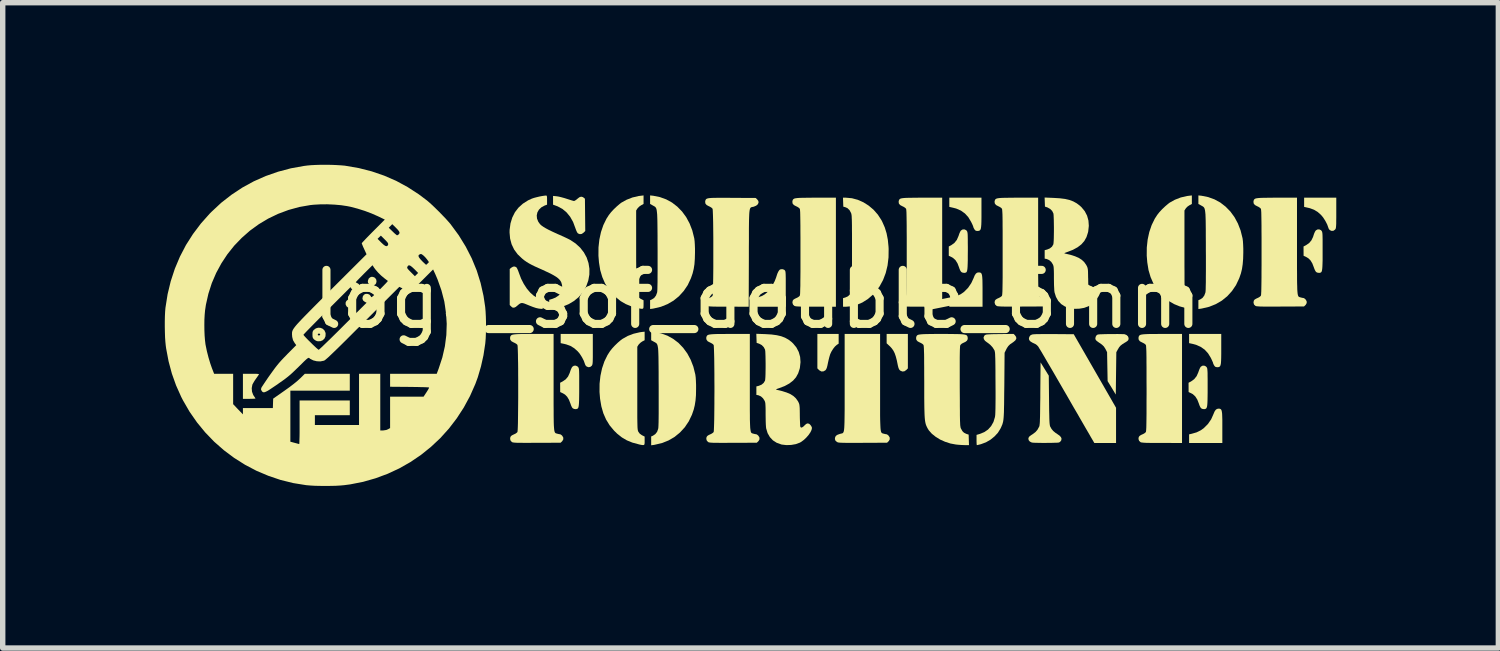
<source format=kicad_pcb>
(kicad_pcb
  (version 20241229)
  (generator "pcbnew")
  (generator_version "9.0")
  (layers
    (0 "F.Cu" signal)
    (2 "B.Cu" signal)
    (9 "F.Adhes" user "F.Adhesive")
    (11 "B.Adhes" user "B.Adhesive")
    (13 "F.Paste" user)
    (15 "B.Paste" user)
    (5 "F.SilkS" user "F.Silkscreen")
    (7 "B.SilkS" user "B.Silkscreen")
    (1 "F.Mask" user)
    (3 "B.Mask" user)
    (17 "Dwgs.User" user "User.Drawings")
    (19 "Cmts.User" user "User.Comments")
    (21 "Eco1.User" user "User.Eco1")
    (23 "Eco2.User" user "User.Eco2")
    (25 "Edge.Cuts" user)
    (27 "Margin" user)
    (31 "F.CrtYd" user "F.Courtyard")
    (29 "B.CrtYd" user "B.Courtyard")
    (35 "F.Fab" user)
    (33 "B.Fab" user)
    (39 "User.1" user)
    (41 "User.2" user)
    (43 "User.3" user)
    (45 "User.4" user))
  (footprint "logo_sof_double_6mm"
    (layer "F.Cu")
    (at 10.968 2.99)
    (property "Reference" "logo_sof_double_6mm" (at 0 -0.5 0) (unlocked yes) (layer "F.SilkS") (effects (font (size 1 1) (thickness 0.15))))
    (fp_poly (pts (xy -7.524 -0.499) (xy -7.492 -0.483) (xy -7.472 -0.455) (xy -7.463 -0.421) (xy -7.469 -0.386) (xy -7.484 -0.363) (xy -7.514 -0.346) (xy -7.55 -0.342) (xy -7.584 -0.353) (xy -7.604 -0.37) (xy -7.621 -0.405) (xy -7.621 -0.44) (xy -7.607 -0.47) (xy -7.581 -0.492) (xy -7.547 -0.501)) (stroke (width 0) (type solid)) (fill yes) (layer "F.SilkS"))
    (fp_poly (pts (xy -7.097 -0.909) (xy -7.077 -0.897) (xy -7.056 -0.869) (xy -7.049 -0.834) (xy -7.056 -0.799) (xy -7.07 -0.777) (xy -7.101 -0.759) (xy -7.137 -0.757) (xy -7.172 -0.77) (xy -7.188 -0.783) (xy -7.206 -0.805) (xy -7.21 -0.828) (xy -7.208 -0.846) (xy -7.194 -0.884) (xy -7.167 -0.908) (xy -7.134 -0.918)) (stroke (width 0) (type solid)) (fill yes) (layer "F.SilkS"))
    (fp_poly (pts (xy 2.785 0.778) (xy 2.756 0.808) (xy 2.72 0.832) (xy 2.683 0.836) (xy 2.647 0.821) (xy 2.639 0.815) (xy 2.623 0.796) (xy 2.611 0.768) (xy 2.6 0.726) (xy 2.598 0.716) (xy 2.58 0.628) (xy 2.561 0.556) (xy 2.541 0.498) (xy 2.517 0.45) (xy 2.489 0.41) (xy 2.456 0.373) (xy 2.445 0.363) (xy 2.392 0.314) (xy 2.392 0.141) (xy 2.785 0.141)) (stroke (width 0) (type solid)) (fill yes) (layer "F.SilkS"))
    (fp_poly (pts (xy 1.504 0.32) (xy 1.468 0.344) (xy 1.435 0.374) (xy 1.401 0.417) (xy 1.369 0.469) (xy 1.348 0.514) (xy 1.339 0.543) (xy 1.327 0.585) (xy 1.315 0.635) (xy 1.306 0.676) (xy 1.295 0.729) (xy 1.285 0.766) (xy 1.275 0.79) (xy 1.264 0.807) (xy 1.256 0.815) (xy 1.221 0.834) (xy 1.184 0.835) (xy 1.148 0.815) (xy 1.14 0.808) (xy 1.11 0.778) (xy 1.11 0.141) (xy 1.504 0.141)) (stroke (width 0) (type solid)) (fill yes) (layer "F.SilkS"))
    (fp_poly (pts (xy 4.115 -0.997) (xy 4.13 -0.993) (xy 4.142 -0.984) (xy 4.151 -0.968) (xy 4.158 -0.942) (xy 4.162 -0.906) (xy 4.165 -0.857) (xy 4.166 -0.792) (xy 4.167 -0.711) (xy 4.167 -0.651) (xy 4.167 -0.363) (xy 3.552 -0.363) (xy 3.552 -0.523) (xy 3.601 -0.533) (xy 3.69 -0.56) (xy 3.768 -0.598) (xy 3.826 -0.639) (xy 3.9 -0.714) (xy 3.959 -0.801) (xy 4.001 -0.892) (xy 4.022 -0.943) (xy 4.043 -0.975) (xy 4.066 -0.993) (xy 4.095 -0.998) (xy 4.096 -0.998)) (stroke (width 0) (type solid)) (fill yes) (layer "F.SilkS"))
    (fp_poly (pts (xy 8.553 1.524) (xy 8.569 1.529) (xy 8.581 1.538) (xy 8.59 1.554) (xy 8.596 1.579) (xy 8.601 1.616) (xy 8.603 1.665) (xy 8.605 1.73) (xy 8.605 1.811) (xy 8.605 1.871) (xy 8.605 2.159) (xy 7.99 2.159) (xy 7.99 1.999) (xy 8.039 1.988) (xy 8.129 1.962) (xy 8.206 1.924) (xy 8.264 1.882) (xy 8.338 1.808) (xy 8.398 1.721) (xy 8.439 1.629) (xy 8.46 1.579) (xy 8.481 1.547) (xy 8.505 1.529) (xy 8.533 1.523) (xy 8.535 1.523)) (stroke (width 0) (type solid)) (fill yes) (layer "F.SilkS"))
    (fp_poly (pts (xy -3.046 0.422) (xy -3.046 0.505) (xy -3.046 0.57) (xy -3.047 0.62) (xy -3.048 0.657) (xy -3.05 0.683) (xy -3.053 0.702) (xy -3.057 0.714) (xy -3.062 0.724) (xy -3.066 0.73) (xy -3.095 0.752) (xy -3.129 0.756) (xy -3.163 0.742) (xy -3.182 0.721) (xy -3.191 0.699) (xy -3.213 0.637) (xy -3.247 0.571) (xy -3.288 0.507) (xy -3.328 0.46) (xy -3.39 0.405) (xy -3.457 0.364) (xy -3.535 0.335) (xy -3.57 0.326) (xy -3.641 0.311) (xy -3.641 0.141) (xy -3.046 0.141)) (stroke (width 0) (type solid)) (fill yes) (layer "F.SilkS"))
    (fp_poly (pts (xy 10.714 -2.1) (xy 10.714 -2.017) (xy 10.713 -1.952) (xy 10.713 -1.902) (xy 10.711 -1.865) (xy 10.709 -1.839) (xy 10.706 -1.82) (xy 10.703 -1.808) (xy 10.697 -1.798) (xy 10.693 -1.792) (xy 10.664 -1.77) (xy 10.63 -1.766) (xy 10.596 -1.78) (xy 10.577 -1.801) (xy 10.568 -1.823) (xy 10.546 -1.885) (xy 10.512 -1.951) (xy 10.471 -2.015) (xy 10.432 -2.062) (xy 10.37 -2.117) (xy 10.302 -2.158) (xy 10.224 -2.187) (xy 10.189 -2.195) (xy 10.119 -2.211) (xy 10.119 -2.381) (xy 10.714 -2.381)) (stroke (width 0) (type solid)) (fill yes) (layer "F.SilkS"))
    (fp_poly (pts (xy -9.31 0.878) (xy -9.267 0.879) (xy -9.241 0.881) (xy -9.227 0.885) (xy -9.225 0.89) (xy -9.225 0.89) (xy -9.235 0.904) (xy -9.252 0.929) (xy -9.275 0.962) (xy -9.283 0.973) (xy -9.309 1.011) (xy -9.33 1.047) (xy -9.345 1.074) (xy -9.347 1.079) (xy -9.359 1.144) (xy -9.354 1.209) (xy -9.331 1.271) (xy -9.313 1.298) (xy -9.298 1.32) (xy -9.29 1.334) (xy -9.29 1.336) (xy -9.299 1.338) (xy -9.325 1.34) (xy -9.362 1.341) (xy -9.406 1.342) (xy -9.522 1.342) (xy -9.522 0.878) (xy -9.37 0.878)) (stroke (width 0) (type solid)) (fill yes) (layer "F.SilkS"))
    (fp_poly (pts (xy 4.147 -2.103) (xy 4.147 -2.011) (xy 4.146 -1.938) (xy 4.144 -1.881) (xy 4.14 -1.838) (xy 4.135 -1.808) (xy 4.127 -1.787) (xy 4.115 -1.775) (xy 4.101 -1.768) (xy 4.082 -1.766) (xy 4.068 -1.765) (xy 4.043 -1.769) (xy 4.024 -1.785) (xy 4.016 -1.798) (xy 4.002 -1.822) (xy 3.996 -1.84) (xy 3.996 -1.842) (xy 3.991 -1.856) (xy 3.98 -1.883) (xy 3.963 -1.918) (xy 3.954 -1.936) (xy 3.903 -2.021) (xy 3.841 -2.089) (xy 3.767 -2.142) (xy 3.68 -2.18) (xy 3.622 -2.195) (xy 3.552 -2.211) (xy 3.552 -2.381) (xy 4.147 -2.381)) (stroke (width 0) (type solid)) (fill yes) (layer "F.SilkS"))
    (fp_poly (pts (xy 8.585 0.419) (xy 8.585 0.511) (xy 8.584 0.584) (xy 8.582 0.641) (xy 8.579 0.683) (xy 8.573 0.714) (xy 8.565 0.735) (xy 8.554 0.747) (xy 8.539 0.754) (xy 8.521 0.756) (xy 8.507 0.756) (xy 8.481 0.752) (xy 8.463 0.737) (xy 8.454 0.724) (xy 8.441 0.7) (xy 8.434 0.682) (xy 8.434 0.68) (xy 8.43 0.666) (xy 8.418 0.639) (xy 8.402 0.604) (xy 8.393 0.585) (xy 8.341 0.5) (xy 8.279 0.432) (xy 8.205 0.38) (xy 8.119 0.342) (xy 8.061 0.326) (xy 7.99 0.311) (xy 7.99 0.141) (xy 8.585 0.141)) (stroke (width 0) (type solid)) (fill yes) (layer "F.SilkS"))
    (fp_poly (pts (xy 0.493 -1.049) (xy 0.505 -1.039) (xy 0.511 -1.033) (xy 0.515 -1.024) (xy 0.519 -1.012) (xy 0.521 -0.994) (xy 0.523 -0.967) (xy 0.524 -0.93) (xy 0.525 -0.88) (xy 0.525 -0.815) (xy 0.525 -0.734) (xy 0.525 -0.691) (xy 0.525 -0.363) (xy -0.04 -0.363) (xy -0.037 -0.445) (xy -0.034 -0.527) (xy 0.019 -0.541) (xy 0.08 -0.561) (xy 0.13 -0.588) (xy 0.178 -0.626) (xy 0.204 -0.654) (xy 0.244 -0.704) (xy 0.283 -0.767) (xy 0.319 -0.834) (xy 0.345 -0.9) (xy 0.354 -0.928) (xy 0.369 -0.974) (xy 0.387 -1.013) (xy 0.406 -1.041) (xy 0.42 -1.053) (xy 0.458 -1.059)) (stroke (width 0) (type solid)) (fill yes) (layer "F.SilkS"))
    (fp_poly (pts (xy -8.086 0.028) (xy -8.046 0.044) (xy -8.014 0.074) (xy -7.995 0.115) (xy -7.991 0.134) (xy -7.994 0.185) (xy -8.013 0.227) (xy -8.046 0.258) (xy -8.088 0.275) (xy -8.136 0.276) (xy -8.155 0.272) (xy -8.184 0.258) (xy -8.211 0.237) (xy -8.211 0.236) (xy -8.226 0.217) (xy -8.233 0.194) (xy -8.235 0.159) (xy -8.235 0.155) (xy -8.137 0.155) (xy -8.135 0.161) (xy -8.12 0.169) (xy -8.102 0.166) (xy -8.092 0.154) (xy -8.095 0.141) (xy -8.11 0.134) (xy -8.127 0.136) (xy -8.131 0.139) (xy -8.137 0.155) (xy -8.235 0.155) (xy -8.235 0.151) (xy -8.234 0.114) (xy -8.227 0.089) (xy -8.214 0.07) (xy -8.211 0.067) (xy -8.172 0.038) (xy -8.129 0.025)) (stroke (width 0) (type solid)) (fill yes) (layer "F.SilkS"))
    (fp_poly (pts (xy -3.714 -2.407) (xy -3.676 -2.401) (xy -3.627 -2.389) (xy -3.572 -2.374) (xy -3.528 -2.36) (xy -3.481 -2.345) (xy -3.44 -2.332) (xy -3.409 -2.323) (xy -3.393 -2.32) (xy -3.393 -2.32) (xy -3.376 -2.327) (xy -3.352 -2.343) (xy -3.332 -2.36) (xy -3.295 -2.389) (xy -3.263 -2.4) (xy -3.233 -2.393) (xy -3.216 -2.382) (xy -3.192 -2.362) (xy -3.186 -1.765) (xy -3.216 -1.735) (xy -3.25 -1.711) (xy -3.286 -1.706) (xy -3.319 -1.719) (xy -3.326 -1.725) (xy -3.339 -1.744) (xy -3.354 -1.777) (xy -3.368 -1.815) (xy -3.369 -1.818) (xy -3.411 -1.931) (xy -3.465 -2.027) (xy -3.531 -2.108) (xy -3.609 -2.173) (xy -3.698 -2.221) (xy -3.722 -2.23) (xy -3.782 -2.252) (xy -3.782 -2.414)) (stroke (width 0) (type solid)) (fill yes) (layer "F.SilkS"))
    (fp_poly (pts (xy -4.459 -1.091) (xy -4.448 -1.073) (xy -4.433 -1.041) (xy -4.418 -1.002) (xy -4.414 -0.99) (xy -4.373 -0.882) (xy -4.323 -0.784) (xy -4.266 -0.697) (xy -4.203 -0.623) (xy -4.136 -0.564) (xy -4.066 -0.522) (xy -4.029 -0.508) (xy -3.974 -0.491) (xy -3.974 -0.323) (xy -4.001 -0.324) (xy -4.033 -0.327) (xy -4.054 -0.33) (xy -4.098 -0.34) (xy -4.155 -0.359) (xy -4.219 -0.384) (xy -4.258 -0.4) (xy -4.307 -0.42) (xy -4.343 -0.431) (xy -4.372 -0.431) (xy -4.397 -0.42) (xy -4.425 -0.399) (xy -4.437 -0.388) (xy -4.474 -0.358) (xy -4.505 -0.345) (xy -4.533 -0.348) (xy -4.559 -0.369) (xy -4.559 -0.369) (xy -4.584 -0.395) (xy -4.584 -1.061) (xy -4.556 -1.085) (xy -4.521 -1.105) (xy -4.488 -1.107)) (stroke (width 0) (type solid)) (fill yes) (layer "F.SilkS"))
    (fp_poly (pts (xy -3.331 0.741) (xy -3.319 0.753) (xy -3.313 0.761) (xy -3.308 0.77) (xy -3.305 0.783) (xy -3.302 0.801) (xy -3.3 0.827) (xy -3.299 0.863) (xy -3.298 0.911) (xy -3.298 0.974) (xy -3.298 1.052) (xy -3.298 1.12) (xy -3.298 1.22) (xy -3.299 1.302) (xy -3.3 1.367) (xy -3.302 1.418) (xy -3.305 1.456) (xy -3.309 1.484) (xy -3.314 1.503) (xy -3.321 1.516) (xy -3.33 1.524) (xy -3.331 1.525) (xy -3.358 1.533) (xy -3.391 1.529) (xy -3.416 1.518) (xy -3.432 1.499) (xy -3.448 1.464) (xy -3.46 1.43) (xy -3.488 1.358) (xy -3.521 1.303) (xy -3.561 1.263) (xy -3.597 1.241) (xy -3.65 1.216) (xy -3.651 1.044) (xy -3.605 1.02) (xy -3.548 0.981) (xy -3.505 0.93) (xy -3.475 0.865) (xy -3.468 0.845) (xy -3.455 0.806) (xy -3.44 0.772) (xy -3.427 0.75) (xy -3.426 0.749) (xy -3.396 0.729) (xy -3.362 0.727)) (stroke (width 0) (type solid)) (fill yes) (layer "F.SilkS"))
    (fp_poly (pts (xy 3.862 -1.781) (xy 3.874 -1.769) (xy 3.879 -1.761) (xy 3.884 -1.752) (xy 3.887 -1.739) (xy 3.89 -1.721) (xy 3.892 -1.695) (xy 3.893 -1.659) (xy 3.894 -1.611) (xy 3.894 -1.548) (xy 3.895 -1.469) (xy 3.895 -1.401) (xy 3.894 -1.302) (xy 3.894 -1.22) (xy 3.892 -1.155) (xy 3.89 -1.104) (xy 3.887 -1.066) (xy 3.883 -1.038) (xy 3.878 -1.018) (xy 3.871 -1.006) (xy 3.863 -0.997) (xy 3.861 -0.996) (xy 3.834 -0.989) (xy 3.801 -0.993) (xy 3.776 -1.004) (xy 3.759 -1.025) (xy 3.742 -1.062) (xy 3.733 -1.089) (xy 3.704 -1.165) (xy 3.667 -1.224) (xy 3.621 -1.266) (xy 3.595 -1.281) (xy 3.542 -1.306) (xy 3.542 -1.478) (xy 3.588 -1.502) (xy 3.646 -1.544) (xy 3.691 -1.6) (xy 3.722 -1.671) (xy 3.725 -1.679) (xy 3.738 -1.718) (xy 3.753 -1.751) (xy 3.766 -1.773) (xy 3.767 -1.773) (xy 3.796 -1.792) (xy 3.83 -1.795)) (stroke (width 0) (type solid)) (fill yes) (layer "F.SilkS"))
    (fp_poly (pts (xy 8.3 0.741) (xy 8.312 0.753) (xy 8.318 0.761) (xy 8.322 0.77) (xy 8.326 0.783) (xy 8.328 0.801) (xy 8.33 0.827) (xy 8.332 0.863) (xy 8.332 0.911) (xy 8.333 0.974) (xy 8.333 1.052) (xy 8.333 1.12) (xy 8.333 1.22) (xy 8.332 1.302) (xy 8.331 1.367) (xy 8.329 1.418) (xy 8.326 1.456) (xy 8.322 1.484) (xy 8.316 1.503) (xy 8.309 1.516) (xy 8.301 1.524) (xy 8.3 1.525) (xy 8.272 1.533) (xy 8.239 1.529) (xy 8.215 1.518) (xy 8.198 1.497) (xy 8.181 1.46) (xy 8.172 1.433) (xy 8.142 1.356) (xy 8.105 1.298) (xy 8.059 1.255) (xy 8.033 1.241) (xy 7.981 1.216) (xy 7.98 1.044) (xy 8.026 1.02) (xy 8.084 0.978) (xy 8.129 0.922) (xy 8.161 0.85) (xy 8.163 0.843) (xy 8.177 0.804) (xy 8.192 0.77) (xy 8.205 0.749) (xy 8.205 0.749) (xy 8.235 0.729) (xy 8.269 0.727)) (stroke (width 0) (type solid)) (fill yes) (layer "F.SilkS"))
    (fp_poly (pts (xy 10.429 -1.781) (xy 10.441 -1.769) (xy 10.446 -1.761) (xy 10.451 -1.752) (xy 10.454 -1.739) (xy 10.457 -1.721) (xy 10.459 -1.695) (xy 10.46 -1.659) (xy 10.461 -1.611) (xy 10.461 -1.548) (xy 10.461 -1.469) (xy 10.461 -1.401) (xy 10.461 -1.302) (xy 10.461 -1.22) (xy 10.459 -1.155) (xy 10.457 -1.104) (xy 10.454 -1.066) (xy 10.45 -1.038) (xy 10.445 -1.018) (xy 10.438 -1.006) (xy 10.43 -0.997) (xy 10.428 -0.996) (xy 10.401 -0.989) (xy 10.368 -0.993) (xy 10.343 -1.004) (xy 10.328 -1.023) (xy 10.311 -1.058) (xy 10.299 -1.091) (xy 10.271 -1.164) (xy 10.238 -1.219) (xy 10.198 -1.259) (xy 10.162 -1.281) (xy 10.109 -1.306) (xy 10.108 -1.478) (xy 10.154 -1.502) (xy 10.211 -1.541) (xy 10.254 -1.592) (xy 10.285 -1.657) (xy 10.291 -1.677) (xy 10.304 -1.716) (xy 10.319 -1.75) (xy 10.333 -1.772) (xy 10.333 -1.773) (xy 10.363 -1.792) (xy 10.397 -1.795)) (stroke (width 0) (type solid)) (fill yes) (layer "F.SilkS"))
    (fp_poly (pts (xy 5.487 0.143) (xy 5.488 0.143) (xy 5.855 0.146) (xy 6.247 0.827) (xy 6.638 1.507) (xy 6.638 2.159) (xy 6.236 2.159) (xy 6.181 2.065) (xy 6.168 2.043) (xy 6.146 2.004) (xy 6.115 1.951) (xy 6.076 1.884) (xy 6.031 1.806) (xy 5.98 1.718) (xy 5.924 1.62) (xy 5.863 1.516) (xy 5.799 1.405) (xy 5.733 1.29) (xy 5.675 1.19) (xy 5.608 1.074) (xy 5.543 0.962) (xy 5.482 0.856) (xy 5.424 0.757) (xy 5.371 0.667) (xy 5.324 0.586) (xy 5.283 0.516) (xy 5.249 0.458) (xy 5.222 0.415) (xy 5.205 0.386) (xy 5.197 0.373) (xy 5.174 0.349) (xy 5.151 0.331) (xy 5.145 0.328) (xy 5.09 0.302) (xy 5.053 0.279) (xy 5.032 0.255) (xy 5.025 0.23) (xy 5.031 0.2) (xy 5.034 0.193) (xy 5.053 0.166) (xy 5.084 0.151) (xy 5.105 0.148) (xy 5.146 0.145) (xy 5.206 0.144) (xy 5.283 0.143) (xy 5.377 0.143)) (stroke (width 0) (type solid)) (fill yes) (layer "F.SilkS"))
    (fp_poly (pts (xy 6.717 0.143) (xy 6.761 0.144) (xy 6.789 0.145) (xy 6.797 0.146) (xy 6.833 0.161) (xy 6.859 0.186) (xy 6.87 0.217) (xy 6.87 0.221) (xy 6.868 0.243) (xy 6.861 0.259) (xy 6.843 0.275) (xy 6.813 0.295) (xy 6.8 0.302) (xy 6.753 0.332) (xy 6.719 0.359) (xy 6.694 0.389) (xy 6.671 0.428) (xy 6.67 0.429) (xy 6.643 0.479) (xy 6.638 0.871) (xy 6.633 1.263) (xy 6.558 1.138) (xy 6.482 1.014) (xy 6.477 0.746) (xy 6.472 0.478) (xy 6.442 0.419) (xy 6.413 0.373) (xy 6.379 0.34) (xy 6.361 0.327) (xy 6.316 0.296) (xy 6.286 0.274) (xy 6.267 0.257) (xy 6.258 0.241) (xy 6.255 0.226) (xy 6.255 0.222) (xy 6.261 0.193) (xy 6.274 0.17) (xy 6.281 0.163) (xy 6.289 0.157) (xy 6.3 0.152) (xy 6.318 0.149) (xy 6.345 0.147) (xy 6.383 0.146) (xy 6.436 0.144) (xy 6.505 0.143) (xy 6.529 0.143) (xy 6.598 0.143) (xy 6.662 0.142)) (stroke (width 0) (type solid)) (fill yes) (layer "F.SilkS"))
    (fp_poly (pts (xy -2.107 -2.265) (xy -2.153 -2.24) (xy -2.185 -2.218) (xy -2.213 -2.19) (xy -2.221 -2.18) (xy -2.244 -2.144) (xy -2.244 -1.377) (xy -2.244 -1.234) (xy -2.243 -1.111) (xy -2.243 -1.004) (xy -2.243 -0.914) (xy -2.243 -0.838) (xy -2.242 -0.775) (xy -2.241 -0.724) (xy -2.24 -0.683) (xy -2.239 -0.651) (xy -2.237 -0.627) (xy -2.235 -0.609) (xy -2.232 -0.595) (xy -2.23 -0.585) (xy -2.226 -0.576) (xy -2.223 -0.57) (xy -2.196 -0.534) (xy -2.156 -0.506) (xy -2.155 -0.506) (xy -2.107 -0.482) (xy -2.107 -0.402) (xy -2.108 -0.364) (xy -2.11 -0.34) (xy -2.119 -0.327) (xy -2.138 -0.324) (xy -2.169 -0.328) (xy -2.217 -0.338) (xy -2.217 -0.338) (xy -2.334 -0.37) (xy -2.436 -0.412) (xy -2.529 -0.466) (xy -2.616 -0.536) (xy -2.673 -0.592) (xy -2.754 -0.689) (xy -2.82 -0.795) (xy -2.871 -0.912) (xy -2.909 -1.041) (xy -2.932 -1.183) (xy -2.942 -1.307) (xy -2.941 -1.459) (xy -2.925 -1.606) (xy -2.895 -1.745) (xy -2.851 -1.874) (xy -2.794 -1.991) (xy -2.749 -2.061) (xy -2.709 -2.112) (xy -2.658 -2.167) (xy -2.602 -2.22) (xy -2.548 -2.266) (xy -2.518 -2.289) (xy -2.421 -2.343) (xy -2.313 -2.385) (xy -2.198 -2.412) (xy -2.165 -2.416) (xy -2.107 -2.423)) (stroke (width 0) (type solid)) (fill yes) (layer "F.SilkS"))
    (fp_poly (pts (xy -2.087 0.257) (xy -2.133 0.281) (xy -2.165 0.304) (xy -2.193 0.332) (xy -2.201 0.342) (xy -2.223 0.378) (xy -2.223 1.145) (xy -2.223 1.287) (xy -2.223 1.411) (xy -2.223 1.518) (xy -2.223 1.608) (xy -2.223 1.684) (xy -2.222 1.747) (xy -2.221 1.798) (xy -2.22 1.839) (xy -2.219 1.871) (xy -2.217 1.895) (xy -2.215 1.913) (xy -2.212 1.927) (xy -2.209 1.937) (xy -2.206 1.945) (xy -2.203 1.952) (xy -2.176 1.988) (xy -2.136 2.016) (xy -2.135 2.016) (xy -2.087 2.04) (xy -2.087 2.119) (xy -2.087 2.158) (xy -2.09 2.182) (xy -2.099 2.195) (xy -2.117 2.198) (xy -2.149 2.194) (xy -2.197 2.184) (xy -2.197 2.183) (xy -2.313 2.152) (xy -2.416 2.11) (xy -2.508 2.056) (xy -2.596 1.986) (xy -2.653 1.93) (xy -2.734 1.833) (xy -2.8 1.726) (xy -2.851 1.61) (xy -2.888 1.481) (xy -2.912 1.339) (xy -2.922 1.215) (xy -2.921 1.062) (xy -2.905 0.916) (xy -2.875 0.777) (xy -2.831 0.647) (xy -2.774 0.531) (xy -2.729 0.461) (xy -2.689 0.41) (xy -2.638 0.355) (xy -2.582 0.301) (xy -2.528 0.255) (xy -2.498 0.233) (xy -2.401 0.178) (xy -2.293 0.137) (xy -2.178 0.11) (xy -2.145 0.105) (xy -2.087 0.099)) (stroke (width 0) (type solid)) (fill yes) (layer "F.SilkS"))
    (fp_poly (pts (xy 5.317 0.79) (xy 5.393 0.913) (xy 5.398 1.367) (xy 5.399 1.477) (xy 5.4 1.568) (xy 5.402 1.643) (xy 5.403 1.703) (xy 5.405 1.75) (xy 5.407 1.786) (xy 5.41 1.813) (xy 5.413 1.833) (xy 5.416 1.847) (xy 5.42 1.856) (xy 5.444 1.899) (xy 5.475 1.936) (xy 5.517 1.971) (xy 5.55 1.993) (xy 5.594 2.024) (xy 5.619 2.052) (xy 5.629 2.079) (xy 5.624 2.108) (xy 5.621 2.114) (xy 5.603 2.137) (xy 5.584 2.149) (xy 5.567 2.152) (xy 5.533 2.154) (xy 5.486 2.155) (xy 5.43 2.157) (xy 5.368 2.157) (xy 5.304 2.158) (xy 5.242 2.157) (xy 5.184 2.156) (xy 5.136 2.155) (xy 5.099 2.153) (xy 5.078 2.15) (xy 5.078 2.15) (xy 5.043 2.133) (xy 5.021 2.107) (xy 5.015 2.077) (xy 5.025 2.048) (xy 5.027 2.046) (xy 5.042 2.032) (xy 5.068 2.013) (xy 5.096 1.995) (xy 5.146 1.957) (xy 5.183 1.915) (xy 5.213 1.86) (xy 5.214 1.859) (xy 5.218 1.849) (xy 5.221 1.837) (xy 5.223 1.819) (xy 5.226 1.796) (xy 5.228 1.765) (xy 5.229 1.724) (xy 5.231 1.673) (xy 5.232 1.608) (xy 5.233 1.53) (xy 5.234 1.436) (xy 5.236 1.324) (xy 5.236 1.244) (xy 5.241 0.667)) (stroke (width 0) (type solid)) (fill yes) (layer "F.SilkS"))
    (fp_poly (pts (xy 8.041 -2.265) (xy 7.995 -2.24) (xy 7.962 -2.218) (xy 7.934 -2.19) (xy 7.927 -2.18) (xy 7.904 -2.144) (xy 7.904 -1.377) (xy 7.904 -1.234) (xy 7.904 -1.111) (xy 7.905 -1.004) (xy 7.905 -0.914) (xy 7.905 -0.838) (xy 7.906 -0.775) (xy 7.907 -0.724) (xy 7.908 -0.683) (xy 7.909 -0.651) (xy 7.911 -0.627) (xy 7.913 -0.609) (xy 7.915 -0.595) (xy 7.918 -0.585) (xy 7.922 -0.576) (xy 7.925 -0.57) (xy 7.952 -0.534) (xy 7.992 -0.506) (xy 7.993 -0.506) (xy 8.041 -0.482) (xy 8.041 -0.402) (xy 8.04 -0.364) (xy 8.038 -0.34) (xy 8.029 -0.327) (xy 8.01 -0.324) (xy 7.979 -0.328) (xy 7.931 -0.338) (xy 7.931 -0.338) (xy 7.814 -0.37) (xy 7.712 -0.412) (xy 7.619 -0.466) (xy 7.532 -0.536) (xy 7.474 -0.592) (xy 7.394 -0.689) (xy 7.328 -0.795) (xy 7.277 -0.912) (xy 7.239 -1.041) (xy 7.216 -1.183) (xy 7.206 -1.307) (xy 7.207 -1.459) (xy 7.223 -1.606) (xy 7.253 -1.745) (xy 7.297 -1.874) (xy 7.354 -1.991) (xy 7.399 -2.061) (xy 7.439 -2.112) (xy 7.49 -2.167) (xy 7.546 -2.22) (xy 7.6 -2.266) (xy 7.63 -2.289) (xy 7.727 -2.343) (xy 7.835 -2.385) (xy 7.95 -2.412) (xy 7.983 -2.416) (xy 8.041 -2.423)) (stroke (width 0) (type solid)) (fill yes) (layer "F.SilkS"))
    (fp_poly (pts (xy 1.75 -2.371) (xy 1.858 -2.342) (xy 1.962 -2.296) (xy 2.06 -2.234) (xy 2.15 -2.158) (xy 2.229 -2.068) (xy 2.295 -1.967) (xy 2.311 -1.936) (xy 2.357 -1.832) (xy 2.391 -1.722) (xy 2.414 -1.604) (xy 2.427 -1.472) (xy 2.429 -1.432) (xy 2.427 -1.276) (xy 2.409 -1.127) (xy 2.375 -0.987) (xy 2.326 -0.858) (xy 2.261 -0.739) (xy 2.182 -0.633) (xy 2.139 -0.587) (xy 2.044 -0.505) (xy 1.942 -0.441) (xy 1.836 -0.396) (xy 1.726 -0.37) (xy 1.638 -0.363) (xy 1.585 -0.363) (xy 1.585 -0.522) (xy 1.63 -0.535) (xy 1.674 -0.555) (xy 1.712 -0.589) (xy 1.738 -0.629) (xy 1.743 -0.643) (xy 1.745 -0.658) (xy 1.746 -0.691) (xy 1.747 -0.741) (xy 1.748 -0.805) (xy 1.749 -0.883) (xy 1.75 -0.973) (xy 1.75 -1.072) (xy 1.751 -1.18) (xy 1.751 -1.294) (xy 1.751 -1.362) (xy 1.751 -1.498) (xy 1.751 -1.615) (xy 1.751 -1.715) (xy 1.75 -1.799) (xy 1.75 -1.869) (xy 1.749 -1.926) (xy 1.748 -1.972) (xy 1.746 -2.009) (xy 1.745 -2.037) (xy 1.743 -2.058) (xy 1.74 -2.075) (xy 1.737 -2.087) (xy 1.734 -2.098) (xy 1.733 -2.099) (xy 1.705 -2.151) (xy 1.666 -2.188) (xy 1.625 -2.206) (xy 1.59 -2.215) (xy 1.584 -2.381) (xy 1.64 -2.381)) (stroke (width 0) (type solid)) (fill yes) (layer "F.SilkS"))
    (fp_poly (pts (xy 1.453 -0.363) (xy 1.083 -0.364) (xy 0.983 -0.364) (xy 0.902 -0.364) (xy 0.837 -0.365) (xy 0.787 -0.366) (xy 0.748 -0.368) (xy 0.721 -0.37) (xy 0.701 -0.373) (xy 0.689 -0.377) (xy 0.684 -0.379) (xy 0.659 -0.403) (xy 0.648 -0.438) (xy 0.653 -0.473) (xy 0.666 -0.493) (xy 0.694 -0.511) (xy 0.716 -0.521) (xy 0.751 -0.538) (xy 0.776 -0.557) (xy 0.784 -0.566) (xy 0.786 -0.575) (xy 0.789 -0.59) (xy 0.791 -0.615) (xy 0.792 -0.649) (xy 0.793 -0.694) (xy 0.795 -0.751) (xy 0.795 -0.822) (xy 0.796 -0.907) (xy 0.797 -1.009) (xy 0.797 -1.127) (xy 0.797 -1.263) (xy 0.797 -1.372) (xy 0.797 -1.522) (xy 0.797 -1.653) (xy 0.796 -1.766) (xy 0.796 -1.862) (xy 0.795 -1.943) (xy 0.794 -2.01) (xy 0.793 -2.064) (xy 0.792 -2.106) (xy 0.79 -2.137) (xy 0.788 -2.159) (xy 0.786 -2.172) (xy 0.784 -2.177) (xy 0.766 -2.195) (xy 0.736 -2.214) (xy 0.716 -2.223) (xy 0.675 -2.245) (xy 0.652 -2.272) (xy 0.647 -2.305) (xy 0.65 -2.324) (xy 0.654 -2.338) (xy 0.661 -2.349) (xy 0.671 -2.358) (xy 0.687 -2.366) (xy 0.711 -2.371) (xy 0.745 -2.375) (xy 0.789 -2.378) (xy 0.848 -2.379) (xy 0.921 -2.38) (xy 1.011 -2.381) (xy 1.085 -2.381) (xy 1.453 -2.381)) (stroke (width 0) (type solid)) (fill yes) (layer "F.SilkS"))
    (fp_poly (pts (xy 3.42 -0.363) (xy 3.05 -0.364) (xy 2.95 -0.364) (xy 2.869 -0.364) (xy 2.804 -0.365) (xy 2.754 -0.366) (xy 2.715 -0.368) (xy 2.688 -0.37) (xy 2.668 -0.373) (xy 2.656 -0.377) (xy 2.651 -0.379) (xy 2.626 -0.403) (xy 2.615 -0.438) (xy 2.62 -0.473) (xy 2.633 -0.493) (xy 2.661 -0.511) (xy 2.683 -0.521) (xy 2.718 -0.538) (xy 2.743 -0.557) (xy 2.751 -0.566) (xy 2.753 -0.575) (xy 2.756 -0.59) (xy 2.758 -0.615) (xy 2.759 -0.649) (xy 2.761 -0.694) (xy 2.762 -0.751) (xy 2.762 -0.822) (xy 2.763 -0.907) (xy 2.764 -1.009) (xy 2.764 -1.127) (xy 2.764 -1.263) (xy 2.764 -1.372) (xy 2.764 -1.522) (xy 2.764 -1.653) (xy 2.763 -1.766) (xy 2.763 -1.862) (xy 2.762 -1.943) (xy 2.761 -2.01) (xy 2.76 -2.064) (xy 2.759 -2.106) (xy 2.757 -2.137) (xy 2.755 -2.159) (xy 2.753 -2.172) (xy 2.751 -2.177) (xy 2.733 -2.195) (xy 2.703 -2.214) (xy 2.683 -2.223) (xy 2.642 -2.245) (xy 2.619 -2.272) (xy 2.614 -2.305) (xy 2.617 -2.324) (xy 2.622 -2.338) (xy 2.628 -2.349) (xy 2.638 -2.358) (xy 2.654 -2.366) (xy 2.678 -2.371) (xy 2.712 -2.375) (xy 2.756 -2.378) (xy 2.815 -2.379) (xy 2.888 -2.38) (xy 2.978 -2.381) (xy 3.052 -2.381) (xy 3.42 -2.381)) (stroke (width 0) (type solid)) (fill yes) (layer "F.SilkS"))
    (fp_poly (pts (xy 7.859 2.159) (xy 7.488 2.158) (xy 7.389 2.158) (xy 7.308 2.158) (xy 7.243 2.157) (xy 7.192 2.156) (xy 7.154 2.154) (xy 7.126 2.151) (xy 7.107 2.149) (xy 7.094 2.145) (xy 7.09 2.143) (xy 7.064 2.118) (xy 7.053 2.084) (xy 7.058 2.049) (xy 7.072 2.029) (xy 7.099 2.011) (xy 7.122 2.001) (xy 7.157 1.984) (xy 7.182 1.965) (xy 7.189 1.955) (xy 7.192 1.947) (xy 7.194 1.932) (xy 7.196 1.907) (xy 7.198 1.873) (xy 7.199 1.828) (xy 7.2 1.771) (xy 7.201 1.7) (xy 7.202 1.614) (xy 7.202 1.513) (xy 7.202 1.395) (xy 7.203 1.259) (xy 7.203 1.15) (xy 7.202 1) (xy 7.202 0.869) (xy 7.202 0.756) (xy 7.201 0.659) (xy 7.201 0.578) (xy 7.2 0.512) (xy 7.199 0.458) (xy 7.197 0.416) (xy 7.195 0.385) (xy 7.194 0.363) (xy 7.191 0.35) (xy 7.189 0.344) (xy 7.172 0.326) (xy 7.141 0.308) (xy 7.122 0.299) (xy 7.08 0.277) (xy 7.058 0.25) (xy 7.053 0.217) (xy 7.056 0.198) (xy 7.06 0.184) (xy 7.066 0.173) (xy 7.077 0.164) (xy 7.093 0.156) (xy 7.117 0.151) (xy 7.15 0.147) (xy 7.195 0.144) (xy 7.253 0.142) (xy 7.326 0.142) (xy 7.417 0.141) (xy 7.49 0.141) (xy 7.859 0.141)) (stroke (width 0) (type solid)) (fill yes) (layer "F.SilkS"))
    (fp_poly (pts (xy -1.928 -2.417) (xy -1.804 -2.392) (xy -1.688 -2.35) (xy -1.58 -2.291) (xy -1.482 -2.215) (xy -1.394 -2.125) (xy -1.318 -2.021) (xy -1.255 -1.904) (xy -1.205 -1.775) (xy -1.17 -1.635) (xy -1.168 -1.624) (xy -1.162 -1.578) (xy -1.158 -1.515) (xy -1.155 -1.438) (xy -1.155 -1.362) (xy -1.158 -1.248) (xy -1.165 -1.15) (xy -1.179 -1.062) (xy -1.199 -0.98) (xy -1.227 -0.899) (xy -1.232 -0.886) (xy -1.29 -0.763) (xy -1.364 -0.654) (xy -1.452 -0.557) (xy -1.552 -0.476) (xy -1.664 -0.411) (xy -1.786 -0.362) (xy -1.917 -0.331) (xy -1.938 -0.327) (xy -1.986 -0.321) (xy -1.986 -0.484) (xy -1.953 -0.498) (xy -1.91 -0.526) (xy -1.877 -0.57) (xy -1.856 -0.626) (xy -1.856 -0.628) (xy -1.853 -0.649) (xy -1.851 -0.688) (xy -1.85 -0.744) (xy -1.848 -0.819) (xy -1.848 -0.912) (xy -1.847 -1.023) (xy -1.847 -1.154) (xy -1.847 -1.305) (xy -1.847 -1.407) (xy -1.848 -1.551) (xy -1.848 -1.676) (xy -1.849 -1.784) (xy -1.85 -1.876) (xy -1.851 -1.953) (xy -1.853 -2.017) (xy -1.855 -2.07) (xy -1.859 -2.111) (xy -1.863 -2.144) (xy -1.868 -2.169) (xy -1.875 -2.188) (xy -1.884 -2.202) (xy -1.893 -2.212) (xy -1.905 -2.22) (xy -1.919 -2.228) (xy -1.934 -2.236) (xy -1.937 -2.238) (xy -1.986 -2.265) (xy -1.986 -2.344) (xy -1.986 -2.423)) (stroke (width 0) (type solid)) (fill yes) (layer "F.SilkS"))
    (fp_poly (pts (xy -1.908 0.105) (xy -1.784 0.13) (xy -1.667 0.172) (xy -1.56 0.231) (xy -1.461 0.306) (xy -1.374 0.397) (xy -1.298 0.501) (xy -1.235 0.618) (xy -1.185 0.747) (xy -1.15 0.887) (xy -1.148 0.898) (xy -1.142 0.944) (xy -1.138 1.007) (xy -1.135 1.084) (xy -1.135 1.16) (xy -1.137 1.274) (xy -1.145 1.372) (xy -1.159 1.46) (xy -1.179 1.542) (xy -1.207 1.623) (xy -1.211 1.635) (xy -1.27 1.758) (xy -1.344 1.868) (xy -1.432 1.964) (xy -1.532 2.046) (xy -1.643 2.111) (xy -1.765 2.16) (xy -1.897 2.191) (xy -1.918 2.195) (xy -1.966 2.201) (xy -1.966 2.038) (xy -1.933 2.024) (xy -1.89 1.995) (xy -1.856 1.952) (xy -1.836 1.896) (xy -1.836 1.894) (xy -1.833 1.873) (xy -1.831 1.834) (xy -1.829 1.778) (xy -1.828 1.703) (xy -1.827 1.61) (xy -1.827 1.498) (xy -1.827 1.367) (xy -1.827 1.217) (xy -1.827 1.115) (xy -1.828 0.971) (xy -1.828 0.845) (xy -1.829 0.737) (xy -1.83 0.646) (xy -1.831 0.568) (xy -1.833 0.504) (xy -1.835 0.452) (xy -1.838 0.41) (xy -1.843 0.378) (xy -1.848 0.353) (xy -1.855 0.334) (xy -1.863 0.32) (xy -1.873 0.31) (xy -1.885 0.302) (xy -1.898 0.294) (xy -1.914 0.286) (xy -1.917 0.284) (xy -1.966 0.257) (xy -1.966 0.178) (xy -1.966 0.099)) (stroke (width 0) (type solid)) (fill yes) (layer "F.SilkS"))
    (fp_poly (pts (xy 8.22 -2.417) (xy 8.344 -2.392) (xy 8.46 -2.35) (xy 8.568 -2.291) (xy 8.666 -2.215) (xy 8.754 -2.125) (xy 8.83 -2.021) (xy 8.893 -1.904) (xy 8.943 -1.775) (xy 8.978 -1.635) (xy 8.98 -1.624) (xy 8.986 -1.578) (xy 8.99 -1.515) (xy 8.993 -1.438) (xy 8.993 -1.362) (xy 8.99 -1.248) (xy 8.982 -1.15) (xy 8.969 -1.062) (xy 8.949 -0.98) (xy 8.921 -0.899) (xy 8.916 -0.886) (xy 8.858 -0.763) (xy 8.784 -0.654) (xy 8.696 -0.557) (xy 8.596 -0.476) (xy 8.484 -0.411) (xy 8.362 -0.362) (xy 8.231 -0.331) (xy 8.209 -0.327) (xy 8.162 -0.321) (xy 8.162 -0.484) (xy 8.195 -0.498) (xy 8.238 -0.526) (xy 8.271 -0.57) (xy 8.292 -0.626) (xy 8.292 -0.628) (xy 8.295 -0.649) (xy 8.297 -0.688) (xy 8.298 -0.744) (xy 8.3 -0.819) (xy 8.3 -0.912) (xy 8.301 -1.023) (xy 8.301 -1.154) (xy 8.301 -1.305) (xy 8.3 -1.407) (xy 8.3 -1.551) (xy 8.299 -1.676) (xy 8.299 -1.784) (xy 8.298 -1.876) (xy 8.297 -1.953) (xy 8.295 -2.017) (xy 8.293 -2.07) (xy 8.289 -2.111) (xy 8.285 -2.144) (xy 8.279 -2.169) (xy 8.273 -2.188) (xy 8.264 -2.202) (xy 8.254 -2.212) (xy 8.243 -2.22) (xy 8.229 -2.228) (xy 8.214 -2.236) (xy 8.211 -2.238) (xy 8.162 -2.265) (xy 8.162 -2.344) (xy 8.162 -2.423)) (stroke (width 0) (type solid)) (fill yes) (layer "F.SilkS"))
    (fp_poly (pts (xy 2.271 1.029) (xy 2.271 1.188) (xy 2.271 1.328) (xy 2.271 1.45) (xy 2.271 1.556) (xy 2.271 1.646) (xy 2.272 1.722) (xy 2.274 1.786) (xy 2.276 1.838) (xy 2.278 1.879) (xy 2.281 1.912) (xy 2.285 1.936) (xy 2.29 1.954) (xy 2.296 1.966) (xy 2.303 1.974) (xy 2.311 1.979) (xy 2.321 1.982) (xy 2.331 1.985) (xy 2.339 1.987) (xy 2.367 1.994) (xy 2.387 1.997) (xy 2.39 1.997) (xy 2.405 2.004) (xy 2.425 2.02) (xy 2.427 2.022) (xy 2.448 2.055) (xy 2.45 2.09) (xy 2.433 2.122) (xy 2.426 2.129) (xy 2.4 2.154) (xy 1.954 2.156) (xy 1.847 2.157) (xy 1.757 2.157) (xy 1.684 2.157) (xy 1.625 2.156) (xy 1.579 2.155) (xy 1.544 2.154) (xy 1.518 2.152) (xy 1.5 2.15) (xy 1.486 2.146) (xy 1.476 2.142) (xy 1.476 2.142) (xy 1.446 2.118) (xy 1.434 2.085) (xy 1.44 2.049) (xy 1.455 2.025) (xy 1.484 2.006) (xy 1.53 1.99) (xy 1.542 1.987) (xy 1.554 1.984) (xy 1.565 1.982) (xy 1.574 1.979) (xy 1.583 1.973) (xy 1.59 1.964) (xy 1.596 1.951) (xy 1.601 1.932) (xy 1.605 1.905) (xy 1.608 1.871) (xy 1.61 1.827) (xy 1.612 1.772) (xy 1.613 1.705) (xy 1.614 1.626) (xy 1.615 1.531) (xy 1.615 1.422) (xy 1.615 1.295) (xy 1.615 1.15) (xy 1.615 1.029) (xy 1.615 0.141) (xy 2.271 0.141)) (stroke (width 0) (type solid)) (fill yes) (layer "F.SilkS"))
    (fp_poly (pts (xy 4.767 0.165) (xy 4.789 0.197) (xy 4.792 0.229) (xy 4.774 0.26) (xy 4.736 0.292) (xy 4.723 0.301) (xy 4.677 0.332) (xy 4.644 0.364) (xy 4.618 0.403) (xy 4.602 0.434) (xy 4.575 0.489) (xy 4.57 1.1) (xy 4.568 1.231) (xy 4.567 1.344) (xy 4.566 1.44) (xy 4.564 1.521) (xy 4.563 1.588) (xy 4.56 1.645) (xy 4.557 1.691) (xy 4.553 1.73) (xy 4.548 1.762) (xy 4.541 1.789) (xy 4.534 1.814) (xy 4.524 1.837) (xy 4.514 1.861) (xy 4.501 1.888) (xy 4.497 1.896) (xy 4.451 1.97) (xy 4.388 2.038) (xy 4.314 2.098) (xy 4.231 2.146) (xy 4.143 2.179) (xy 4.13 2.183) (xy 4.097 2.191) (xy 4.072 2.197) (xy 4.062 2.199) (xy 4.059 2.19) (xy 4.057 2.165) (xy 4.056 2.128) (xy 4.056 2.104) (xy 4.056 2.009) (xy 4.114 1.992) (xy 4.198 1.958) (xy 4.269 1.91) (xy 4.326 1.846) (xy 4.369 1.77) (xy 4.396 1.681) (xy 4.399 1.664) (xy 4.402 1.637) (xy 4.404 1.59) (xy 4.406 1.524) (xy 4.407 1.439) (xy 4.408 1.334) (xy 4.408 1.209) (xy 4.407 1.065) (xy 4.407 1.039) (xy 4.406 0.918) (xy 4.406 0.815) (xy 4.405 0.729) (xy 4.404 0.658) (xy 4.403 0.6) (xy 4.401 0.555) (xy 4.4 0.52) (xy 4.398 0.493) (xy 4.395 0.473) (xy 4.392 0.459) (xy 4.389 0.447) (xy 4.386 0.441) (xy 4.354 0.39) (xy 4.309 0.341) (xy 4.258 0.301) (xy 4.252 0.298) (xy 4.213 0.268) (xy 4.191 0.236) (xy 4.186 0.204) (xy 4.2 0.174) (xy 4.208 0.165) (xy 4.216 0.16) (xy 4.227 0.155) (xy 4.243 0.151) (xy 4.267 0.149) (xy 4.301 0.147) (xy 4.348 0.145) (xy 4.41 0.144) (xy 4.486 0.143) (xy 4.742 0.14)) (stroke (width 0) (type solid)) (fill yes) (layer "F.SilkS"))
    (fp_poly (pts (xy -3.902 -2.419) (xy -3.897 -2.41) (xy -3.894 -2.391) (xy -3.893 -2.358) (xy -3.893 -2.337) (xy -3.893 -2.252) (xy -3.939 -2.235) (xy -3.998 -2.203) (xy -4.043 -2.16) (xy -4.072 -2.109) (xy -4.084 -2.053) (xy -4.079 -1.995) (xy -4.056 -1.937) (xy -4.023 -1.891) (xy -3.997 -1.867) (xy -3.963 -1.843) (xy -3.917 -1.815) (xy -3.859 -1.784) (xy -3.786 -1.749) (xy -3.697 -1.708) (xy -3.666 -1.695) (xy -3.611 -1.67) (xy -3.556 -1.645) (xy -3.508 -1.622) (xy -3.471 -1.603) (xy -3.463 -1.599) (xy -3.364 -1.533) (xy -3.28 -1.456) (xy -3.212 -1.369) (xy -3.16 -1.274) (xy -3.126 -1.172) (xy -3.109 -1.066) (xy -3.11 -0.958) (xy -3.13 -0.848) (xy -3.169 -0.739) (xy -3.178 -0.719) (xy -3.236 -0.624) (xy -3.309 -0.54) (xy -3.397 -0.468) (xy -3.497 -0.409) (xy -3.608 -0.364) (xy -3.727 -0.335) (xy -3.789 -0.327) (xy -3.853 -0.32) (xy -3.853 -0.491) (xy -3.81 -0.504) (xy -3.737 -0.532) (xy -3.68 -0.57) (xy -3.64 -0.615) (xy -3.624 -0.648) (xy -3.613 -0.702) (xy -3.615 -0.76) (xy -3.629 -0.812) (xy -3.629 -0.812) (xy -3.644 -0.84) (xy -3.664 -0.866) (xy -3.69 -0.891) (xy -3.725 -0.917) (xy -3.771 -0.945) (xy -3.828 -0.976) (xy -3.9 -1.01) (xy -3.988 -1.051) (xy -4.04 -1.074) (xy -4.116 -1.108) (xy -4.177 -1.138) (xy -4.227 -1.165) (xy -4.271 -1.192) (xy -4.313 -1.221) (xy -4.355 -1.255) (xy -4.437 -1.333) (xy -4.502 -1.421) (xy -4.549 -1.519) (xy -4.577 -1.624) (xy -4.587 -1.737) (xy -4.586 -1.785) (xy -4.57 -1.904) (xy -4.537 -2.013) (xy -4.488 -2.111) (xy -4.422 -2.197) (xy -4.34 -2.271) (xy -4.244 -2.332) (xy -4.174 -2.364) (xy -4.136 -2.377) (xy -4.086 -2.39) (xy -4.032 -2.403) (xy -3.979 -2.413) (xy -3.935 -2.419) (xy -3.912 -2.421)) (stroke (width 0) (type solid)) (fill yes) (layer "F.SilkS"))
    (fp_poly (pts (xy -0.547 -2.379) (xy -0.464 -2.378) (xy -0.031 -2.376) (xy -0.005 -2.351) (xy 0.018 -2.32) (xy 0.021 -2.288) (xy 0.007 -2.258) (xy -0.023 -2.233) (xy -0.069 -2.214) (xy -0.069 -2.214) (xy -0.084 -2.211) (xy -0.097 -2.209) (xy -0.108 -2.206) (xy -0.118 -2.202) (xy -0.126 -2.195) (xy -0.133 -2.185) (xy -0.139 -2.169) (xy -0.144 -2.146) (xy -0.148 -2.116) (xy -0.151 -2.077) (xy -0.153 -2.028) (xy -0.155 -1.968) (xy -0.156 -1.895) (xy -0.157 -1.809) (xy -0.157 -1.707) (xy -0.157 -1.589) (xy -0.158 -1.454) (xy -0.158 -1.3) (xy -0.158 -1.266) (xy -0.161 -0.363) (xy -0.531 -0.364) (xy -0.631 -0.364) (xy -0.712 -0.364) (xy -0.777 -0.365) (xy -0.827 -0.366) (xy -0.866 -0.368) (xy -0.893 -0.37) (xy -0.913 -0.373) (xy -0.925 -0.377) (xy -0.93 -0.379) (xy -0.955 -0.403) (xy -0.966 -0.438) (xy -0.961 -0.473) (xy -0.948 -0.493) (xy -0.92 -0.511) (xy -0.898 -0.521) (xy -0.863 -0.538) (xy -0.838 -0.557) (xy -0.83 -0.566) (xy -0.827 -0.581) (xy -0.825 -0.614) (xy -0.823 -0.663) (xy -0.821 -0.727) (xy -0.82 -0.804) (xy -0.818 -0.891) (xy -0.817 -0.986) (xy -0.816 -1.089) (xy -0.816 -1.196) (xy -0.816 -1.307) (xy -0.816 -1.418) (xy -0.816 -1.529) (xy -0.816 -1.637) (xy -0.817 -1.741) (xy -0.818 -1.838) (xy -0.819 -1.926) (xy -0.821 -2.005) (xy -0.823 -2.071) (xy -0.825 -2.123) (xy -0.827 -2.158) (xy -0.83 -2.176) (xy -0.83 -2.177) (xy -0.848 -2.195) (xy -0.878 -2.214) (xy -0.898 -2.223) (xy -0.939 -2.245) (xy -0.962 -2.272) (xy -0.967 -2.305) (xy -0.964 -2.324) (xy -0.96 -2.337) (xy -0.954 -2.348) (xy -0.946 -2.357) (xy -0.932 -2.364) (xy -0.911 -2.37) (xy -0.882 -2.374) (xy -0.842 -2.377) (xy -0.791 -2.378) (xy -0.725 -2.379) (xy -0.645 -2.379)) (stroke (width 0) (type solid)) (fill yes) (layer "F.SilkS"))
    (fp_poly (pts (xy -3.772 1.029) (xy -3.772 1.188) (xy -3.772 1.328) (xy -3.772 1.45) (xy -3.771 1.556) (xy -3.771 1.646) (xy -3.77 1.722) (xy -3.769 1.786) (xy -3.767 1.838) (xy -3.764 1.879) (xy -3.761 1.912) (xy -3.757 1.936) (xy -3.752 1.954) (xy -3.746 1.966) (xy -3.739 1.974) (xy -3.731 1.979) (xy -3.722 1.982) (xy -3.711 1.985) (xy -3.704 1.987) (xy -3.676 1.994) (xy -3.655 1.997) (xy -3.653 1.997) (xy -3.637 2.004) (xy -3.617 2.02) (xy -3.615 2.022) (xy -3.594 2.055) (xy -3.592 2.09) (xy -3.61 2.122) (xy -3.616 2.129) (xy -3.642 2.154) (xy -4.078 2.156) (xy -4.185 2.156) (xy -4.274 2.157) (xy -4.347 2.156) (xy -4.405 2.156) (xy -4.45 2.155) (xy -4.484 2.153) (xy -4.508 2.151) (xy -4.525 2.148) (xy -4.537 2.145) (xy -4.541 2.143) (xy -4.567 2.118) (xy -4.577 2.084) (xy -4.572 2.049) (xy -4.559 2.029) (xy -4.531 2.011) (xy -4.509 2.001) (xy -4.474 1.984) (xy -4.449 1.965) (xy -4.441 1.955) (xy -4.439 1.941) (xy -4.436 1.908) (xy -4.434 1.858) (xy -4.432 1.795) (xy -4.431 1.718) (xy -4.43 1.631) (xy -4.429 1.536) (xy -4.428 1.433) (xy -4.427 1.326) (xy -4.427 1.215) (xy -4.427 1.103) (xy -4.427 0.993) (xy -4.428 0.885) (xy -4.428 0.781) (xy -4.429 0.684) (xy -4.431 0.595) (xy -4.432 0.517) (xy -4.434 0.451) (xy -4.436 0.399) (xy -4.438 0.363) (xy -4.441 0.346) (xy -4.441 0.344) (xy -4.459 0.326) (xy -4.489 0.308) (xy -4.509 0.299) (xy -4.55 0.277) (xy -4.573 0.25) (xy -4.578 0.217) (xy -4.575 0.198) (xy -4.571 0.184) (xy -4.564 0.173) (xy -4.554 0.164) (xy -4.538 0.156) (xy -4.514 0.151) (xy -4.481 0.147) (xy -4.436 0.144) (xy -4.378 0.142) (xy -4.304 0.142) (xy -4.214 0.141) (xy -4.14 0.141) (xy -3.772 0.141)) (stroke (width 0) (type solid)) (fill yes) (layer "F.SilkS"))
    (fp_poly (pts (xy -0.14 1.029) (xy -0.14 1.188) (xy -0.14 1.328) (xy -0.14 1.45) (xy -0.14 1.556) (xy -0.139 1.646) (xy -0.139 1.722) (xy -0.137 1.786) (xy -0.135 1.838) (xy -0.133 1.879) (xy -0.129 1.912) (xy -0.125 1.936) (xy -0.121 1.954) (xy -0.115 1.966) (xy -0.108 1.974) (xy -0.1 1.979) (xy -0.09 1.982) (xy -0.08 1.985) (xy -0.072 1.987) (xy -0.044 1.994) (xy -0.024 1.997) (xy -0.021 1.997) (xy -0.006 2.004) (xy 0.014 2.02) (xy 0.016 2.022) (xy 0.037 2.055) (xy 0.039 2.09) (xy 0.022 2.122) (xy 0.015 2.129) (xy -0.011 2.154) (xy -0.446 2.156) (xy -0.554 2.156) (xy -0.643 2.157) (xy -0.716 2.156) (xy -0.774 2.156) (xy -0.818 2.155) (xy -0.852 2.153) (xy -0.877 2.151) (xy -0.894 2.148) (xy -0.905 2.145) (xy -0.909 2.143) (xy -0.935 2.118) (xy -0.946 2.084) (xy -0.941 2.049) (xy -0.927 2.029) (xy -0.9 2.011) (xy -0.877 2.001) (xy -0.843 1.984) (xy -0.817 1.965) (xy -0.81 1.955) (xy -0.807 1.941) (xy -0.805 1.908) (xy -0.803 1.858) (xy -0.801 1.795) (xy -0.799 1.718) (xy -0.798 1.631) (xy -0.797 1.536) (xy -0.796 1.433) (xy -0.796 1.326) (xy -0.795 1.215) (xy -0.795 1.103) (xy -0.796 0.993) (xy -0.796 0.885) (xy -0.797 0.781) (xy -0.798 0.684) (xy -0.799 0.595) (xy -0.801 0.517) (xy -0.803 0.451) (xy -0.805 0.399) (xy -0.807 0.363) (xy -0.809 0.346) (xy -0.81 0.344) (xy -0.828 0.326) (xy -0.858 0.308) (xy -0.877 0.299) (xy -0.919 0.277) (xy -0.941 0.25) (xy -0.947 0.217) (xy -0.944 0.198) (xy -0.939 0.184) (xy -0.933 0.173) (xy -0.923 0.164) (xy -0.906 0.156) (xy -0.883 0.151) (xy -0.849 0.147) (xy -0.804 0.144) (xy -0.746 0.142) (xy -0.673 0.142) (xy -0.583 0.141) (xy -0.509 0.141) (xy -0.14 0.141)) (stroke (width 0) (type solid)) (fill yes) (layer "F.SilkS"))
    (fp_poly (pts (xy 5.196 -1.492) (xy 5.196 -1.334) (xy 5.196 -1.194) (xy 5.196 -1.072) (xy 5.196 -0.966) (xy 5.197 -0.876) (xy 5.198 -0.799) (xy 5.199 -0.736) (xy 5.201 -0.684) (xy 5.203 -0.643) (xy 5.207 -0.61) (xy 5.211 -0.586) (xy 5.216 -0.568) (xy 5.222 -0.556) (xy 5.229 -0.548) (xy 5.237 -0.543) (xy 5.246 -0.54) (xy 5.257 -0.537) (xy 5.264 -0.535) (xy 5.292 -0.528) (xy 5.312 -0.525) (xy 5.315 -0.525) (xy 5.33 -0.518) (xy 5.351 -0.502) (xy 5.353 -0.5) (xy 5.374 -0.467) (xy 5.375 -0.432) (xy 5.358 -0.399) (xy 5.351 -0.393) (xy 5.325 -0.368) (xy 4.89 -0.366) (xy 4.782 -0.365) (xy 4.693 -0.365) (xy 4.621 -0.365) (xy 4.563 -0.366) (xy 4.518 -0.367) (xy 4.484 -0.369) (xy 4.459 -0.371) (xy 4.442 -0.373) (xy 4.431 -0.377) (xy 4.427 -0.379) (xy 4.401 -0.403) (xy 4.39 -0.438) (xy 4.395 -0.473) (xy 4.409 -0.493) (xy 4.436 -0.511) (xy 4.459 -0.521) (xy 4.493 -0.538) (xy 4.519 -0.557) (xy 4.526 -0.566) (xy 4.529 -0.575) (xy 4.531 -0.59) (xy 4.533 -0.615) (xy 4.535 -0.649) (xy 4.536 -0.694) (xy 4.537 -0.751) (xy 4.538 -0.822) (xy 4.539 -0.907) (xy 4.539 -1.009) (xy 4.539 -1.127) (xy 4.539 -1.263) (xy 4.539 -1.372) (xy 4.539 -1.522) (xy 4.539 -1.653) (xy 4.539 -1.766) (xy 4.538 -1.862) (xy 4.538 -1.943) (xy 4.537 -2.01) (xy 4.536 -2.064) (xy 4.534 -2.106) (xy 4.532 -2.137) (xy 4.53 -2.159) (xy 4.528 -2.172) (xy 4.526 -2.177) (xy 4.509 -2.195) (xy 4.478 -2.214) (xy 4.459 -2.223) (xy 4.417 -2.245) (xy 4.395 -2.272) (xy 4.389 -2.305) (xy 4.393 -2.324) (xy 4.397 -2.338) (xy 4.403 -2.349) (xy 4.414 -2.358) (xy 4.43 -2.366) (xy 4.454 -2.371) (xy 4.487 -2.375) (xy 4.532 -2.378) (xy 4.59 -2.379) (xy 4.663 -2.38) (xy 4.753 -2.381) (xy 4.827 -2.381) (xy 5.196 -2.381)) (stroke (width 0) (type solid)) (fill yes) (layer "F.SilkS"))
    (fp_poly (pts (xy 9.987 -1.492) (xy 9.987 -1.334) (xy 9.987 -1.194) (xy 9.987 -1.072) (xy 9.988 -0.966) (xy 9.988 -0.876) (xy 9.989 -0.799) (xy 9.991 -0.736) (xy 9.992 -0.684) (xy 9.995 -0.643) (xy 9.998 -0.61) (xy 10.002 -0.586) (xy 10.007 -0.568) (xy 10.013 -0.556) (xy 10.02 -0.548) (xy 10.028 -0.543) (xy 10.038 -0.54) (xy 10.048 -0.537) (xy 10.055 -0.535) (xy 10.083 -0.528) (xy 10.104 -0.525) (xy 10.106 -0.525) (xy 10.122 -0.518) (xy 10.142 -0.502) (xy 10.144 -0.5) (xy 10.165 -0.467) (xy 10.167 -0.432) (xy 10.149 -0.399) (xy 10.143 -0.393) (xy 10.117 -0.368) (xy 9.681 -0.366) (xy 9.574 -0.365) (xy 9.485 -0.365) (xy 9.412 -0.365) (xy 9.354 -0.366) (xy 9.309 -0.367) (xy 9.275 -0.369) (xy 9.251 -0.371) (xy 9.234 -0.373) (xy 9.222 -0.377) (xy 9.218 -0.379) (xy 9.192 -0.403) (xy 9.182 -0.438) (xy 9.187 -0.473) (xy 9.2 -0.493) (xy 9.228 -0.511) (xy 9.25 -0.521) (xy 9.285 -0.538) (xy 9.31 -0.557) (xy 9.318 -0.566) (xy 9.32 -0.575) (xy 9.323 -0.59) (xy 9.324 -0.615) (xy 9.326 -0.649) (xy 9.327 -0.694) (xy 9.328 -0.751) (xy 9.329 -0.822) (xy 9.33 -0.907) (xy 9.33 -1.009) (xy 9.331 -1.127) (xy 9.331 -1.263) (xy 9.331 -1.372) (xy 9.331 -1.522) (xy 9.331 -1.653) (xy 9.33 -1.766) (xy 9.33 -1.862) (xy 9.329 -1.943) (xy 9.328 -2.01) (xy 9.327 -2.064) (xy 9.326 -2.106) (xy 9.324 -2.137) (xy 9.322 -2.159) (xy 9.32 -2.172) (xy 9.318 -2.177) (xy 9.3 -2.195) (xy 9.27 -2.214) (xy 9.25 -2.223) (xy 9.209 -2.245) (xy 9.186 -2.272) (xy 9.181 -2.305) (xy 9.184 -2.324) (xy 9.188 -2.338) (xy 9.195 -2.349) (xy 9.205 -2.358) (xy 9.221 -2.366) (xy 9.245 -2.371) (xy 9.279 -2.375) (xy 9.323 -2.378) (xy 9.381 -2.379) (xy 9.455 -2.38) (xy 9.545 -2.381) (xy 9.619 -2.381) (xy 9.987 -2.381)) (stroke (width 0) (type solid)) (fill yes) (layer "F.SilkS"))
    (fp_poly (pts (xy 3.519 0.141) (xy 3.61 0.142) (xy 3.684 0.143) (xy 3.744 0.144) (xy 3.79 0.147) (xy 3.825 0.151) (xy 3.85 0.156) (xy 3.867 0.163) (xy 3.879 0.171) (xy 3.885 0.182) (xy 3.89 0.195) (xy 3.891 0.197) (xy 3.893 0.235) (xy 3.879 0.265) (xy 3.848 0.289) (xy 3.825 0.299) (xy 3.783 0.32) (xy 3.759 0.343) (xy 3.756 0.347) (xy 3.754 0.355) (xy 3.751 0.369) (xy 3.75 0.391) (xy 3.748 0.422) (xy 3.747 0.462) (xy 3.746 0.514) (xy 3.745 0.579) (xy 3.745 0.657) (xy 3.745 0.751) (xy 3.745 0.861) (xy 3.745 0.989) (xy 3.745 1.112) (xy 3.746 1.252) (xy 3.747 1.373) (xy 3.747 1.477) (xy 3.748 1.565) (xy 3.748 1.638) (xy 3.749 1.699) (xy 3.75 1.748) (xy 3.752 1.787) (xy 3.753 1.817) (xy 3.755 1.841) (xy 3.758 1.858) (xy 3.76 1.872) (xy 3.763 1.882) (xy 3.767 1.891) (xy 3.77 1.896) (xy 3.794 1.939) (xy 3.823 1.968) (xy 3.862 1.988) (xy 3.87 1.991) (xy 3.91 2.004) (xy 3.913 2.102) (xy 3.916 2.199) (xy 3.832 2.198) (xy 3.779 2.196) (xy 3.722 2.192) (xy 3.673 2.187) (xy 3.571 2.168) (xy 3.473 2.136) (xy 3.381 2.095) (xy 3.299 2.044) (xy 3.228 1.987) (xy 3.173 1.925) (xy 3.149 1.886) (xy 3.138 1.864) (xy 3.128 1.843) (xy 3.119 1.82) (xy 3.112 1.795) (xy 3.106 1.766) (xy 3.101 1.731) (xy 3.097 1.689) (xy 3.094 1.638) (xy 3.092 1.576) (xy 3.09 1.503) (xy 3.089 1.416) (xy 3.088 1.314) (xy 3.088 1.196) (xy 3.088 1.059) (xy 3.088 1.019) (xy 3.087 0.882) (xy 3.087 0.765) (xy 3.086 0.665) (xy 3.086 0.581) (xy 3.085 0.512) (xy 3.083 0.457) (xy 3.082 0.415) (xy 3.08 0.383) (xy 3.078 0.361) (xy 3.075 0.348) (xy 3.074 0.344) (xy 3.056 0.326) (xy 3.026 0.308) (xy 3.006 0.299) (xy 2.965 0.277) (xy 2.942 0.25) (xy 2.937 0.217) (xy 2.94 0.198) (xy 2.944 0.185) (xy 2.95 0.174) (xy 2.959 0.165) (xy 2.974 0.157) (xy 2.996 0.152) (xy 3.027 0.148) (xy 3.069 0.145) (xy 3.124 0.143) (xy 3.192 0.142) (xy 3.277 0.141) (xy 3.38 0.141) (xy 3.41 0.141)) (stroke (width 0) (type solid)) (fill yes) (layer "F.SilkS"))
    (fp_poly (pts (xy 0.149 0.144) (xy 0.262 0.151) (xy 0.358 0.164) (xy 0.44 0.183) (xy 0.511 0.21) (xy 0.574 0.245) (xy 0.632 0.289) (xy 0.662 0.318) (xy 0.722 0.391) (xy 0.765 0.474) (xy 0.791 0.565) (xy 0.798 0.662) (xy 0.787 0.764) (xy 0.782 0.786) (xy 0.755 0.869) (xy 0.715 0.942) (xy 0.661 1.004) (xy 0.591 1.058) (xy 0.505 1.105) (xy 0.405 1.143) (xy 0.368 1.156) (xy 0.349 1.165) (xy 0.346 1.171) (xy 0.354 1.174) (xy 0.457 1.198) (xy 0.542 1.225) (xy 0.612 1.255) (xy 0.667 1.29) (xy 0.712 1.332) (xy 0.747 1.381) (xy 0.756 1.396) (xy 0.765 1.415) (xy 0.772 1.432) (xy 0.777 1.452) (xy 0.78 1.477) (xy 0.783 1.511) (xy 0.784 1.557) (xy 0.785 1.619) (xy 0.785 1.639) (xy 0.786 1.701) (xy 0.788 1.757) (xy 0.79 1.803) (xy 0.791 1.837) (xy 0.793 1.854) (xy 0.804 1.872) (xy 0.822 1.873) (xy 0.849 1.857) (xy 0.87 1.836) (xy 0.903 1.806) (xy 0.932 1.796) (xy 0.96 1.805) (xy 0.983 1.827) (xy 1 1.852) (xy 1.009 1.876) (xy 1.01 1.88) (xy 1.002 1.918) (xy 0.98 1.963) (xy 0.947 2.011) (xy 0.906 2.058) (xy 0.861 2.101) (xy 0.814 2.136) (xy 0.787 2.152) (xy 0.711 2.18) (xy 0.625 2.195) (xy 0.536 2.198) (xy 0.451 2.188) (xy 0.44 2.185) (xy 0.357 2.155) (xy 0.287 2.11) (xy 0.231 2.05) (xy 0.189 1.977) (xy 0.163 1.891) (xy 0.162 1.887) (xy 0.159 1.86) (xy 0.156 1.817) (xy 0.154 1.763) (xy 0.153 1.7) (xy 0.152 1.633) (xy 0.152 1.625) (xy 0.152 1.553) (xy 0.151 1.498) (xy 0.149 1.457) (xy 0.147 1.426) (xy 0.143 1.404) (xy 0.137 1.386) (xy 0.133 1.377) (xy 0.104 1.332) (xy 0.066 1.297) (xy 0.022 1.277) (xy 0.016 1.275) (xy -0.019 1.269) (xy -0.019 1.112) (xy 0.025 1.101) (xy 0.076 1.08) (xy 0.115 1.048) (xy 0.14 1.007) (xy 0.142 1.001) (xy 0.145 0.978) (xy 0.148 0.939) (xy 0.15 0.887) (xy 0.151 0.825) (xy 0.152 0.758) (xy 0.152 0.689) (xy 0.151 0.621) (xy 0.15 0.558) (xy 0.148 0.503) (xy 0.146 0.461) (xy 0.142 0.435) (xy 0.142 0.432) (xy 0.119 0.387) (xy 0.082 0.348) (xy 0.034 0.322) (xy 0.029 0.32) (xy -0.014 0.306) (xy -0.017 0.222) (xy -0.02 0.138)) (stroke (width 0) (type solid)) (fill yes) (layer "F.SilkS"))
    (fp_poly (pts (xy 5.485 -2.377) (xy 5.598 -2.37) (xy 5.694 -2.358) (xy 5.776 -2.339) (xy 5.847 -2.312) (xy 5.91 -2.277) (xy 5.968 -2.233) (xy 5.999 -2.204) (xy 6.059 -2.131) (xy 6.102 -2.048) (xy 6.127 -1.957) (xy 6.134 -1.86) (xy 6.123 -1.758) (xy 6.118 -1.736) (xy 6.091 -1.652) (xy 6.051 -1.58) (xy 5.997 -1.518) (xy 5.927 -1.464) (xy 5.841 -1.417) (xy 5.741 -1.378) (xy 5.705 -1.365) (xy 5.686 -1.357) (xy 5.682 -1.351) (xy 5.691 -1.348) (xy 5.794 -1.324) (xy 5.879 -1.297) (xy 5.948 -1.267) (xy 6.004 -1.231) (xy 6.048 -1.19) (xy 6.083 -1.141) (xy 6.092 -1.125) (xy 6.101 -1.107) (xy 6.108 -1.09) (xy 6.113 -1.07) (xy 6.117 -1.045) (xy 6.119 -1.011) (xy 6.12 -0.965) (xy 6.121 -0.903) (xy 6.122 -0.883) (xy 6.123 -0.821) (xy 6.124 -0.765) (xy 6.126 -0.719) (xy 6.128 -0.685) (xy 6.129 -0.668) (xy 6.14 -0.649) (xy 6.159 -0.649) (xy 6.185 -0.665) (xy 6.206 -0.686) (xy 6.239 -0.715) (xy 6.268 -0.726) (xy 6.296 -0.717) (xy 6.32 -0.695) (xy 6.337 -0.67) (xy 6.345 -0.646) (xy 6.346 -0.642) (xy 6.338 -0.604) (xy 6.316 -0.559) (xy 6.283 -0.511) (xy 6.242 -0.464) (xy 6.197 -0.42) (xy 6.15 -0.385) (xy 6.123 -0.37) (xy 6.047 -0.342) (xy 5.961 -0.327) (xy 5.872 -0.324) (xy 5.788 -0.334) (xy 5.776 -0.337) (xy 5.693 -0.367) (xy 5.623 -0.412) (xy 5.567 -0.472) (xy 5.526 -0.545) (xy 5.499 -0.631) (xy 5.499 -0.635) (xy 5.495 -0.662) (xy 5.493 -0.705) (xy 5.49 -0.759) (xy 5.489 -0.822) (xy 5.488 -0.888) (xy 5.488 -0.897) (xy 5.488 -0.969) (xy 5.487 -1.024) (xy 5.485 -1.065) (xy 5.483 -1.095) (xy 5.479 -1.118) (xy 5.473 -1.136) (xy 5.469 -1.145) (xy 5.441 -1.19) (xy 5.402 -1.225) (xy 5.358 -1.245) (xy 5.352 -1.247) (xy 5.317 -1.253) (xy 5.317 -1.41) (xy 5.361 -1.421) (xy 5.412 -1.442) (xy 5.452 -1.474) (xy 5.476 -1.515) (xy 5.478 -1.521) (xy 5.481 -1.544) (xy 5.484 -1.583) (xy 5.486 -1.635) (xy 5.487 -1.696) (xy 5.488 -1.764) (xy 5.488 -1.833) (xy 5.487 -1.901) (xy 5.486 -1.964) (xy 5.484 -2.018) (xy 5.482 -2.061) (xy 5.479 -2.087) (xy 5.478 -2.09) (xy 5.456 -2.135) (xy 5.418 -2.173) (xy 5.37 -2.2) (xy 5.365 -2.202) (xy 5.322 -2.216) (xy 5.319 -2.3) (xy 5.316 -2.384)) (stroke (width 0) (type solid)) (fill yes) (layer "F.SilkS"))
    (fp_poly (pts (xy -7.886 -2.989) (xy -7.792 -2.985) (xy -7.708 -2.98) (xy -7.637 -2.974) (xy -7.625 -2.972) (xy -7.376 -2.929) (xy -7.137 -2.868) (xy -6.907 -2.789) (xy -6.686 -2.693) (xy -6.474 -2.578) (xy -6.269 -2.445) (xy -6.112 -2.327) (xy -6.068 -2.289) (xy -6.014 -2.24) (xy -5.954 -2.182) (xy -5.891 -2.12) (xy -5.829 -2.056) (xy -5.77 -1.995) (xy -5.72 -1.939) (xy -5.68 -1.893) (xy -5.675 -1.886) (xy -5.527 -1.685) (xy -5.398 -1.475) (xy -5.287 -1.258) (xy -5.195 -1.034) (xy -5.123 -0.803) (xy -5.069 -0.564) (xy -5.038 -0.358) (xy -5.031 -0.278) (xy -5.026 -0.183) (xy -5.023 -0.08) (xy -5.023 0.026) (xy -5.025 0.131) (xy -5.029 0.227) (xy -5.036 0.311) (xy -5.038 0.327) (xy -5.07 0.536) (xy -5.116 0.742) (xy -5.174 0.94) (xy -5.22 1.066) (xy -5.319 1.29) (xy -5.435 1.504) (xy -5.566 1.705) (xy -5.711 1.894) (xy -5.87 2.07) (xy -6.043 2.232) (xy -6.227 2.38) (xy -6.422 2.512) (xy -6.628 2.629) (xy -6.843 2.729) (xy -7.067 2.812) (xy -7.298 2.878) (xy -7.537 2.925) (xy -7.651 2.94) (xy -7.72 2.946) (xy -7.804 2.951) (xy -7.898 2.953) (xy -7.997 2.954) (xy -8.096 2.953) (xy -8.19 2.951) (xy -8.274 2.946) (xy -8.344 2.94) (xy -8.348 2.94) (xy -8.59 2.901) (xy -8.825 2.843) (xy -9.052 2.766) (xy -9.272 2.673) (xy -9.483 2.562) (xy -9.684 2.435) (xy -9.874 2.293) (xy -10.053 2.136) (xy -10.219 1.964) (xy -10.371 1.779) (xy -10.509 1.581) (xy -10.631 1.37) (xy -10.664 1.306) (xy -10.759 1.094) (xy -10.837 0.875) (xy -10.898 0.647) (xy -10.943 0.409) (xy -10.95 0.358) (xy -10.957 0.289) (xy -10.963 0.204) (xy -10.966 0.109) (xy -10.968 0.009) (xy -10.968 -0.026) (xy -10.236 -0.026) (xy -10.235 0.074) (xy -10.231 0.171) (xy -10.224 0.258) (xy -10.215 0.332) (xy -10.213 0.343) (xy -10.189 0.46) (xy -10.159 0.577) (xy -10.126 0.687) (xy -10.096 0.773) (xy -10.055 0.878) (xy -9.703 0.878) (xy -9.703 1.44) (xy -9.613 1.535) (xy -9.522 1.629) (xy -9.522 1.571) (xy -9.522 1.513) (xy -8.968 1.513) (xy -8.965 1.426) (xy -8.962 1.338) (xy -8.755 1.193) (xy -8.661 1.126) (xy -8.58 1.064) (xy -8.514 1.01) (xy -8.464 0.964) (xy -8.462 0.963) (xy -8.376 0.878) (xy -7.544 0.878) (xy -7.544 1.19) (xy -8.644 1.19) (xy -8.644 2.135) (xy -8.566 2.156) (xy -8.528 2.166) (xy -8.499 2.174) (xy -8.482 2.178) (xy -8.48 2.178) (xy -8.478 2.168) (xy -8.477 2.141) (xy -8.476 2.097) (xy -8.474 2.04) (xy -8.473 1.971) (xy -8.473 1.893) (xy -8.473 1.807) (xy -8.473 1.775) (xy -8.473 1.372) (xy -7.544 1.372) (xy -7.544 1.644) (xy -8.19 1.644) (xy -8.19 1.826) (xy -7.373 1.826) (xy -7.373 0.878) (xy -6.98 0.878) (xy -6.98 1.927) (xy -6.928 1.927) (xy -6.868 1.918) (xy -6.837 1.905) (xy -6.798 1.883) (xy -6.798 1.301) (xy -6.488 1.301) (xy -6.178 1.301) (xy -6.124 1.219) (xy -6.102 1.184) (xy -6.085 1.155) (xy -6.077 1.136) (xy -6.077 1.131) (xy -6.088 1.13) (xy -6.117 1.128) (xy -6.162 1.126) (xy -6.22 1.125) (xy -6.288 1.123) (xy -6.366 1.122) (xy -6.441 1.121) (xy -6.798 1.118) (xy -6.798 0.878) (xy -5.935 0.878) (xy -5.898 0.779) (xy -5.831 0.575) (xy -5.784 0.369) (xy -5.757 0.161) (xy -5.75 -0.047) (xy -5.763 -0.255) (xy -5.795 -0.462) (xy -5.848 -0.666) (xy -5.92 -0.869) (xy -5.961 -0.965) (xy -6.002 -1.053) (xy -6.213 -0.842) (xy -6.424 -0.631) (xy -6.526 -0.681) (xy -6.627 -0.731) (xy -7.305 -0.054) (xy -7.423 0.063) (xy -7.527 0.167) (xy -7.618 0.258) (xy -7.698 0.337) (xy -7.767 0.405) (xy -7.826 0.462) (xy -7.875 0.509) (xy -7.916 0.548) (xy -7.949 0.579) (xy -7.976 0.602) (xy -7.996 0.619) (xy -8.011 0.63) (xy -8.021 0.635) (xy -8.024 0.636) (xy -8.088 0.649) (xy -8.155 0.646) (xy -8.22 0.63) (xy -8.277 0.601) (xy -8.294 0.587) (xy -8.3 0.583) (xy -8.308 0.583) (xy -8.319 0.588) (xy -8.336 0.6) (xy -8.359 0.62) (xy -8.391 0.65) (xy -8.433 0.692) (xy -8.488 0.746) (xy -8.49 0.748) (xy -8.55 0.806) (xy -8.599 0.853) (xy -8.644 0.894) (xy -8.687 0.93) (xy -8.733 0.966) (xy -8.786 1.005) (xy -8.851 1.05) (xy -8.882 1.073) (xy -8.955 1.122) (xy -9.013 1.161) (xy -9.058 1.19) (xy -9.093 1.208) (xy -9.12 1.219) (xy -9.14 1.221) (xy -9.155 1.216) (xy -9.167 1.205) (xy -9.175 1.194) (xy -9.187 1.169) (xy -9.183 1.144) (xy -9.182 1.141) (xy -9.174 1.125) (xy -9.155 1.096) (xy -9.128 1.055) (xy -9.095 1.006) (xy -9.057 0.95) (xy -9.023 0.902) (xy -8.972 0.831) (xy -8.929 0.772) (xy -8.89 0.722) (xy -8.852 0.676) (xy -8.811 0.63) (xy -8.764 0.58) (xy -8.707 0.522) (xy -8.705 0.519) (xy -8.535 0.348) (xy -8.564 0.309) (xy -8.595 0.256) (xy -8.61 0.196) (xy -8.613 0.156) (xy -8.402 0.156) (xy -8.395 0.167) (xy -8.376 0.189) (xy -8.348 0.219) (xy -8.313 0.255) (xy -8.274 0.293) (xy -8.235 0.332) (xy -8.197 0.368) (xy -8.164 0.399) (xy -8.138 0.421) (xy -8.123 0.433) (xy -8.12 0.434) (xy -8.11 0.427) (xy -8.088 0.407) (xy -8.053 0.375) (xy -8.009 0.332) (xy -7.955 0.28) (xy -7.893 0.22) (xy -7.825 0.153) (xy -7.751 0.08) (xy -7.674 0.003) (xy -7.669 -0.002) (xy -7.233 -0.437) (xy -7.265 -0.453) (xy -7.297 -0.478) (xy -7.31 -0.511) (xy -7.304 -0.549) (xy -7.3 -0.559) (xy -7.282 -0.585) (xy -7.258 -0.598) (xy -7.246 -0.601) (xy -7.209 -0.6) (xy -7.176 -0.584) (xy -7.155 -0.556) (xy -7.151 -0.546) (xy -7.148 -0.541) (xy -7.141 -0.541) (xy -7.128 -0.549) (xy -7.108 -0.565) (xy -7.079 -0.592) (xy -7.04 -0.631) (xy -6.99 -0.68) (xy -6.945 -0.726) (xy -6.905 -0.767) (xy -6.873 -0.8) (xy -6.851 -0.825) (xy -6.84 -0.838) (xy -6.839 -0.84) (xy -6.849 -0.848) (xy -6.87 -0.864) (xy -6.899 -0.886) (xy -6.904 -0.89) (xy -6.963 -0.939) (xy -7.021 -0.996) (xy -7.07 -1.053) (xy -7.096 -1.088) (xy -7.098 -1.092) (xy -6.482 -1.092) (xy -6.481 -1.08) (xy -6.472 -1.065) (xy -6.454 -1.044) (xy -6.424 -1.013) (xy -6.414 -1.003) (xy -6.339 -0.928) (xy -6.279 -0.988) (xy -6.349 -1.059) (xy -6.391 -1.098) (xy -6.423 -1.122) (xy -6.447 -1.13) (xy -6.465 -1.123) (xy -6.477 -1.104) (xy -6.482 -1.092) (xy -7.098 -1.092) (xy -7.124 -1.131) (xy -7.279 -0.977) (xy -7.324 -0.931) (xy -7.364 -0.891) (xy -7.397 -0.857) (xy -7.42 -0.832) (xy -7.432 -0.819) (xy -7.433 -0.817) (xy -7.425 -0.81) (xy -7.405 -0.799) (xy -7.401 -0.797) (xy -7.379 -0.784) (xy -7.369 -0.767) (xy -7.365 -0.739) (xy -7.369 -0.698) (xy -7.387 -0.671) (xy -7.419 -0.658) (xy -7.446 -0.658) (xy -7.477 -0.663) (xy -7.498 -0.678) (xy -7.51 -0.693) (xy -7.531 -0.725) (xy -7.967 -0.289) (xy -8.044 -0.211) (xy -8.117 -0.138) (xy -8.184 -0.07) (xy -8.245 -0.008) (xy -8.297 0.045) (xy -8.341 0.09) (xy -8.373 0.124) (xy -8.394 0.146) (xy -8.402 0.156) (xy -8.402 0.156) (xy -8.613 0.156) (xy -8.614 0.146) (xy -8.613 0.129) (xy -8.613 0.114) (xy -8.61 0.098) (xy -8.605 0.082) (xy -8.597 0.064) (xy -8.585 0.044) (xy -8.568 0.02) (xy -8.546 -0.008) (xy -8.517 -0.042) (xy -8.48 -0.082) (xy -8.436 -0.129) (xy -8.382 -0.185) (xy -8.319 -0.249) (xy -8.245 -0.324) (xy -8.16 -0.41) (xy -8.062 -0.508) (xy -7.951 -0.618) (xy -7.9 -0.67) (xy -7.267 -1.301) (xy -6.273 -1.301) (xy -6.263 -1.276) (xy -6.238 -1.243) (xy -6.206 -1.208) (xy -6.176 -1.179) (xy -6.151 -1.156) (xy -6.136 -1.142) (xy -6.132 -1.14) (xy -6.121 -1.146) (xy -6.104 -1.163) (xy -6.102 -1.165) (xy -6.079 -1.189) (xy -6.113 -1.237) (xy -6.14 -1.27) (xy -6.171 -1.302) (xy -6.185 -1.314) (xy -6.21 -1.333) (xy -6.227 -1.339) (xy -6.244 -1.335) (xy -6.248 -1.333) (xy -6.268 -1.32) (xy -6.273 -1.301) (xy -7.267 -1.301) (xy -7.234 -1.334) (xy -7.278 -1.43) (xy -7.297 -1.471) (xy -7.311 -1.505) (xy -7.32 -1.529) (xy -7.323 -1.537) (xy -7.316 -1.547) (xy -7.296 -1.569) (xy -7.266 -1.601) (xy -7.248 -1.62) (xy -7.03 -1.62) (xy -6.962 -1.551) (xy -6.921 -1.513) (xy -6.889 -1.49) (xy -6.865 -1.483) (xy -6.847 -1.491) (xy -6.838 -1.503) (xy -6.833 -1.518) (xy -6.835 -1.533) (xy -6.846 -1.553) (xy -6.869 -1.579) (xy -6.904 -1.615) (xy -6.908 -1.619) (xy -6.969 -1.679) (xy -7 -1.649) (xy -7.03 -1.62) (xy -7.248 -1.62) (xy -7.227 -1.642) (xy -7.18 -1.69) (xy -7.128 -1.743) (xy -7.109 -1.762) (xy -7.046 -1.825) (xy -6.823 -1.825) (xy -6.751 -1.755) (xy -6.72 -1.725) (xy -6.693 -1.702) (xy -6.674 -1.687) (xy -6.668 -1.685) (xy -6.653 -1.691) (xy -6.637 -1.704) (xy -6.625 -1.721) (xy -6.624 -1.739) (xy -6.634 -1.761) (xy -6.658 -1.791) (xy -6.693 -1.827) (xy -6.758 -1.891) (xy -6.823 -1.825) (xy -7.046 -1.825) (xy -6.896 -1.976) (xy -7.022 -2.037) (xy -7.138 -2.088) (xy -7.265 -2.136) (xy -7.398 -2.178) (xy -7.527 -2.212) (xy -7.592 -2.225) (xy -7.704 -2.242) (xy -7.829 -2.253) (xy -7.96 -2.259) (xy -8.089 -2.258) (xy -8.211 -2.251) (xy -8.271 -2.245) (xy -8.478 -2.209) (xy -8.678 -2.154) (xy -8.871 -2.082) (xy -9.054 -1.994) (xy -9.228 -1.89) (xy -9.392 -1.771) (xy -9.543 -1.638) (xy -9.683 -1.493) (xy -9.809 -1.335) (xy -9.92 -1.167) (xy -10.017 -0.988) (xy -10.098 -0.8) (xy -10.161 -0.604) (xy -10.207 -0.4) (xy -10.223 -0.293) (xy -10.23 -0.215) (xy -10.235 -0.124) (xy -10.236 -0.026) (xy -10.968 -0.026) (xy -10.968 -0.091) (xy -10.966 -0.186) (xy -10.962 -0.271) (xy -10.956 -0.342) (xy -10.955 -0.348) (xy -10.916 -0.595) (xy -10.858 -0.835) (xy -10.782 -1.067) (xy -10.688 -1.29) (xy -10.576 -1.505) (xy -10.446 -1.709) (xy -10.299 -1.904) (xy -10.136 -2.087) (xy -10.103 -2.12) (xy -9.925 -2.286) (xy -9.734 -2.435) (xy -9.533 -2.568) (xy -9.321 -2.684) (xy -9.1 -2.782) (xy -8.871 -2.862) (xy -8.634 -2.925) (xy -8.389 -2.969) (xy -8.326 -2.977) (xy -8.258 -2.983) (xy -8.176 -2.987) (xy -8.083 -2.99) (xy -7.985 -2.99)) (stroke (width 0) (type solid)) (fill yes) (layer "F.SilkS")))
  (gr_rect
    (start -3 -3)
    (end 24.682 8.944)
    (stroke (width 0.1) (type default))
    (fill no)
    (layer "Edge.Cuts")))
</source>
